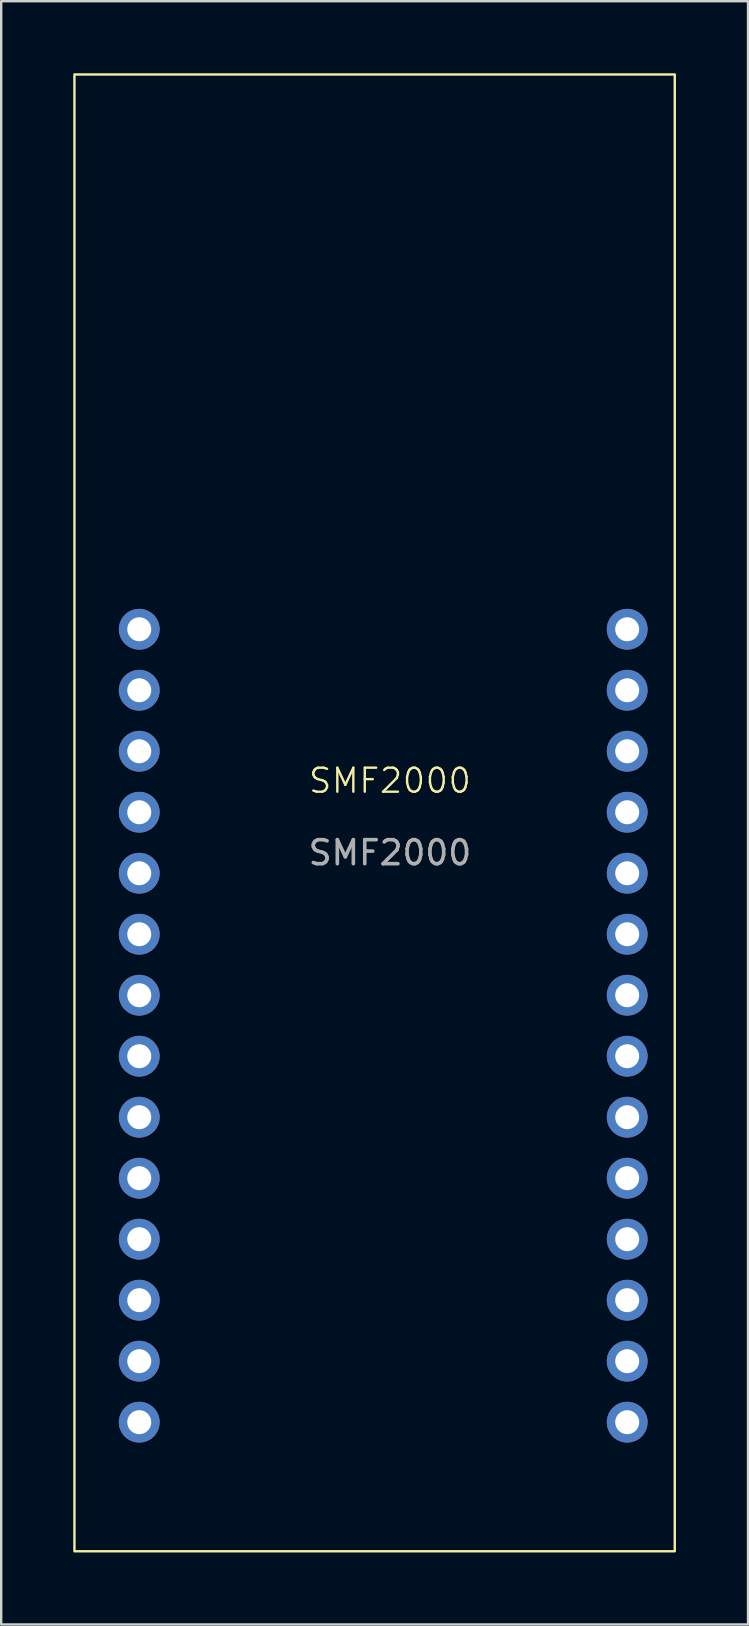
<source format=kicad_pcb>
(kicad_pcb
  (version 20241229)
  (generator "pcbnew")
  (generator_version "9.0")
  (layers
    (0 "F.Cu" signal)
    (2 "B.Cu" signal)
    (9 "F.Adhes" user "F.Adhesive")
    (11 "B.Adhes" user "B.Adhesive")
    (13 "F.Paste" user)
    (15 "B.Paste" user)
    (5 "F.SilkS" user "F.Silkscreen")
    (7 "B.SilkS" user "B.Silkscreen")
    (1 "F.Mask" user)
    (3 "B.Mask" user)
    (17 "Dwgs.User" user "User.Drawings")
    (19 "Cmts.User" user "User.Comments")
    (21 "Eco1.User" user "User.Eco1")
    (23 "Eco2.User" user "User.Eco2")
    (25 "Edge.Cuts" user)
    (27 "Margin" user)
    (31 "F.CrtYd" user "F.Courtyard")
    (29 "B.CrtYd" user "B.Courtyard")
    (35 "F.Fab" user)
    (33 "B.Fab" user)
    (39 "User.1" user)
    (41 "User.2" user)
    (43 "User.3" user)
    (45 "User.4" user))
  (footprint "SMF2000"
    (layer "F.Cu")
    (at 13.188 29.962)
    (property "Reference" "SMF2000" (at 0 -0.5 0) (unlocked yes) (layer "F.SilkS") (effects (font (size 1 1) (thickness 0.1))))
    (attr through_hole)
    (fp_rect (start -13.138 -29.912) (end 11.862 31.588) (stroke (width 0.1) (type default)) (fill no) (layer "F.SilkS"))
    (fp_text user "${REFERENCE}" (at 0 2.5 0) (unlocked yes) (layer "F.Fab") (effects (font (size 1 1) (thickness 0.15))))
    (pad "1" thru_hole circle (at -10.439 -6.807) (size 1.7 1.7) (drill 1) (layers "*.Cu" "*.Mask"))
    (pad "2" thru_hole circle (at -10.439 -4.267) (size 1.7 1.7) (drill 1) (layers "*.Cu" "*.Mask"))
    (pad "3" thru_hole circle (at -10.439 -1.727) (size 1.7 1.7) (drill 1) (layers "*.Cu" "*.Mask"))
    (pad "4" thru_hole circle (at -10.439 0.813) (size 1.7 1.7) (drill 1) (layers "*.Cu" "*.Mask"))
    (pad "5" thru_hole circle (at -10.439 3.353) (size 1.7 1.7) (drill 1) (layers "*.Cu" "*.Mask"))
    (pad "6" thru_hole circle (at -10.439 5.893) (size 1.7 1.7) (drill 1) (layers "*.Cu" "*.Mask"))
    (pad "7" thru_hole circle (at -10.439 8.433) (size 1.7 1.7) (drill 1) (layers "*.Cu" "*.Mask"))
    (pad "8" thru_hole circle (at -10.439 10.973) (size 1.7 1.7) (drill 1) (layers "*.Cu" "*.Mask"))
    (pad "9" thru_hole circle (at -10.439 13.513) (size 1.7 1.7) (drill 1) (layers "*.Cu" "*.Mask"))
    (pad "10" thru_hole circle (at -10.439 16.053) (size 1.7 1.7) (drill 1) (layers "*.Cu" "*.Mask"))
    (pad "11" thru_hole circle (at -10.439 18.593) (size 1.7 1.7) (drill 1) (layers "*.Cu" "*.Mask"))
    (pad "12" thru_hole circle (at -10.439 21.133) (size 1.7 1.7) (drill 1) (layers "*.Cu" "*.Mask"))
    (pad "13" thru_hole circle (at -10.439 23.673) (size 1.7 1.7) (drill 1) (layers "*.Cu" "*.Mask"))
    (pad "14" thru_hole circle (at -10.439 26.213) (size 1.7 1.7) (drill 1) (layers "*.Cu" "*.Mask"))
    (pad "15" thru_hole circle (at 9.881 26.213) (size 1.7 1.7) (drill 1) (layers "*.Cu" "*.Mask"))
    (pad "16" thru_hole circle (at 9.881 23.673) (size 1.7 1.7) (drill 1) (layers "*.Cu" "*.Mask"))
    (pad "17" thru_hole circle (at 9.881 21.133) (size 1.7 1.7) (drill 1) (layers "*.Cu" "*.Mask"))
    (pad "18" thru_hole circle (at 9.881 18.593) (size 1.7 1.7) (drill 1) (layers "*.Cu" "*.Mask"))
    (pad "19" thru_hole circle (at 9.881 16.053) (size 1.7 1.7) (drill 1) (layers "*.Cu" "*.Mask"))
    (pad "20" thru_hole circle (at 9.881 13.513) (size 1.7 1.7) (drill 1) (layers "*.Cu" "*.Mask"))
    (pad "21" thru_hole circle (at 9.881 10.973) (size 1.7 1.7) (drill 1) (layers "*.Cu" "*.Mask"))
    (pad "22" thru_hole circle (at 9.881 8.433) (size 1.7 1.7) (drill 1) (layers "*.Cu" "*.Mask"))
    (pad "23" thru_hole circle (at 9.881 5.893) (size 1.7 1.7) (drill 1) (layers "*.Cu" "*.Mask"))
    (pad "24" thru_hole circle (at 9.881 3.353) (size 1.7 1.7) (drill 1) (layers "*.Cu" "*.Mask"))
    (pad "25" thru_hole circle (at 9.881 0.813) (size 1.7 1.7) (drill 1) (layers "*.Cu" "*.Mask"))
    (pad "26" thru_hole circle (at 9.881 -1.727) (size 1.7 1.7) (drill 1) (layers "*.Cu" "*.Mask"))
    (pad "27" thru_hole circle (at 9.881 -4.267) (size 1.7 1.7) (drill 1) (layers "*.Cu" "*.Mask"))
    (pad "28" thru_hole circle (at 9.881 -6.807) (size 1.7 1.7) (drill 1) (layers "*.Cu" "*.Mask")))
  (gr_rect
    (start -3 -3)
    (end 28.1 64.6)
    (stroke (width 0.1) (type default))
    (fill no)
    (layer "Edge.Cuts")))
</source>
